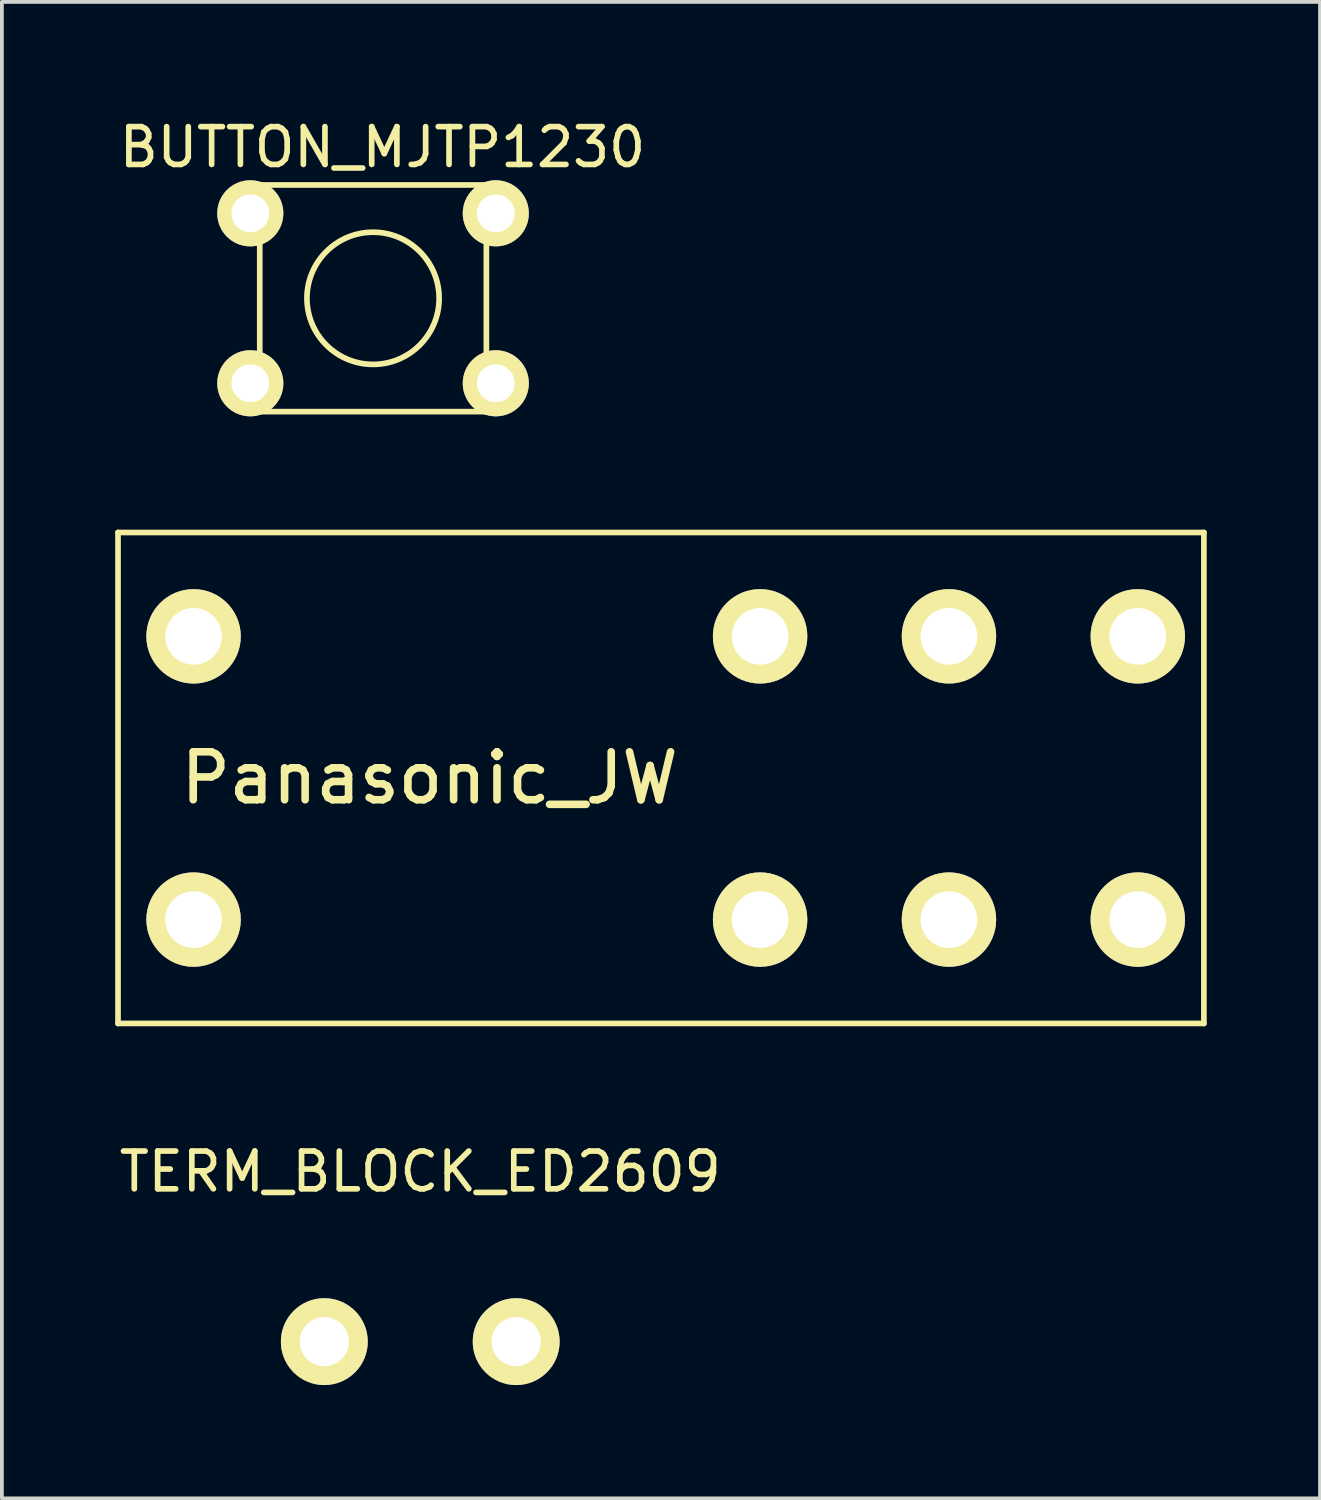
<source format=kicad_pcb>
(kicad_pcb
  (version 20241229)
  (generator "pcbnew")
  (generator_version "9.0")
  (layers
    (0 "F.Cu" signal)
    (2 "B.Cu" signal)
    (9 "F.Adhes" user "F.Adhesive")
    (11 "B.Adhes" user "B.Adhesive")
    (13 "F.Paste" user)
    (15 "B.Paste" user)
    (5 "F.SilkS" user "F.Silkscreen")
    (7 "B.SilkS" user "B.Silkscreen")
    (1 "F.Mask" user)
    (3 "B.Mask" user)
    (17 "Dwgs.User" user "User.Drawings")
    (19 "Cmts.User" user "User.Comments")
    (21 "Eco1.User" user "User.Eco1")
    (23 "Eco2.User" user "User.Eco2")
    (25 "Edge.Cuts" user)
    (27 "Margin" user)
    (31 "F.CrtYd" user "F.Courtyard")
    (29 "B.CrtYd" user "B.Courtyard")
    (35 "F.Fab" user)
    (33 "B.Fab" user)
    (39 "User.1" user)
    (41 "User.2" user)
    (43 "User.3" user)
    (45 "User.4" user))
  (footprint "BUTTON_MJTP1230"
    (layer "F.Cu")
    (at 6.827 4.848)
    (property "Reference" "BUTTON_MJTP1230" (at 0.25 -4 0) (layer "F.SilkS") (effects (font (size 1 1) (thickness 0.15))))
    (attr through_hole)
    (fp_line (start -3 -3) (end 3 -3) (stroke (width 0.15) (type solid)) (layer "F.SilkS"))
    (fp_line (start -3 3) (end -3 -3) (stroke (width 0.15) (type solid)) (layer "F.SilkS"))
    (fp_line (start 3 -3) (end 3 3) (stroke (width 0.15) (type solid)) (layer "F.SilkS"))
    (fp_line (start 3 3) (end -3 3) (stroke (width 0.15) (type solid)) (layer "F.SilkS"))
    (fp_circle (center 0 0) (end 0 -1.75) (stroke (width 0.15) (type solid)) (fill no) (layer "F.SilkS"))
    (pad "1" thru_hole circle (at -3.25 -2.25) (size 1.75 1.75) (drill 1) (layers "*.Cu" "*.Mask" "F.SilkS"))
    (pad "1" thru_hole circle (at 3.25 -2.25) (size 1.75 1.75) (drill 1) (layers "*.Cu" "*.Mask" "F.SilkS"))
    (pad "2" thru_hole circle (at -3.25 2.25) (size 1.75 1.75) (drill 1) (layers "*.Cu" "*.Mask" "F.SilkS"))
    (pad "2" thru_hole circle (at 3.25 2.25) (size 1.75 1.75) (drill 1) (layers "*.Cu" "*.Mask" "F.SilkS")))
  (footprint "Panasonic_JW"
    (layer "F.Cu")
    (at 16.575 17.548)
    (property "Reference" "Panasonic_JW" (at -8.25 0 0) (layer "F.SilkS") (effects (font (size 1.27 1.27) (thickness 0.201))))
    (attr exclude_from_pos_files exclude_from_bom)
    (fp_line (start -16.5 -6.5) (end -16.5 6.5) (stroke (width 0.15) (type solid)) (layer "F.SilkS"))
    (fp_line (start -16.5 -6.5) (end 12.25 -6.5) (stroke (width 0.15) (type solid)) (layer "F.SilkS"))
    (fp_line (start -16.5 6.5) (end 12.25 6.5) (stroke (width 0.15) (type solid)) (layer "F.SilkS"))
    (fp_line (start 12.25 -6.5) (end 12.25 6.5) (stroke (width 0.15) (type solid)) (layer "F.SilkS"))
    (pad "1" thru_hole circle (at -14.5 3.75) (size 2.5 2.5) (drill 1.5) (layers "*.Cu" "F.Mask" "F.SilkS" "F.Paste"))
    (pad "2" thru_hole circle (at 0.5 3.75) (size 2.5 2.5) (drill 1.5) (layers "*.Cu" "F.Mask" "F.SilkS" "F.Paste"))
    (pad "3" thru_hole circle (at 5.5 3.75) (size 2.5 2.5) (drill 1.5) (layers "*.Cu" "F.Mask" "F.SilkS" "F.Paste"))
    (pad "4" thru_hole circle (at 10.5 3.75) (size 2.5 2.5) (drill 1.5) (layers "*.Cu" "F.Mask" "F.SilkS" "F.Paste"))
    (pad "5" thru_hole circle (at 10.5 -3.75) (size 2.5 2.5) (drill 1.5) (layers "*.Cu" "F.Mask" "F.SilkS" "F.Paste"))
    (pad "6" thru_hole circle (at 5.5 -3.75) (size 2.5 2.5) (drill 1.5) (layers "*.Cu" "F.Mask" "F.SilkS" "F.Paste"))
    (pad "7" thru_hole circle (at 0.5 -3.75) (size 2.5 2.5) (drill 1.5) (layers "*.Cu" "F.Mask" "F.SilkS" "F.Paste"))
    (pad "8" thru_hole circle (at -14.5 -3.75) (size 2.5 2.5) (drill 1.5) (layers "*.Cu" "F.Mask" "F.SilkS" "F.Paste")))
  (footprint "TERM_BLOCK_ED2609"
    (layer "F.Cu")
    (at 6.807 32.472)
    (property "Reference" "TERM_BLOCK_ED2609" (at 1.27 -4.501 0) (layer "F.SilkS") (effects (font (size 1 1) (thickness 0.15))))
    (attr through_hole)
    (pad "1" thru_hole circle (at -1.27 0) (size 2.3 2.3) (drill 1.3) (layers "*.Cu" "*.Mask" "F.SilkS"))
    (pad "2" thru_hole circle (at 3.81 0) (size 2.3 2.3) (drill 1.3) (layers "*.Cu" "*.Mask" "F.SilkS")))
  (gr_rect
    (start -3 -3)
    (end 31.9 36.622)
    (stroke (width 0.1) (type default))
    (fill no)
    (layer "Edge.Cuts")))
</source>
